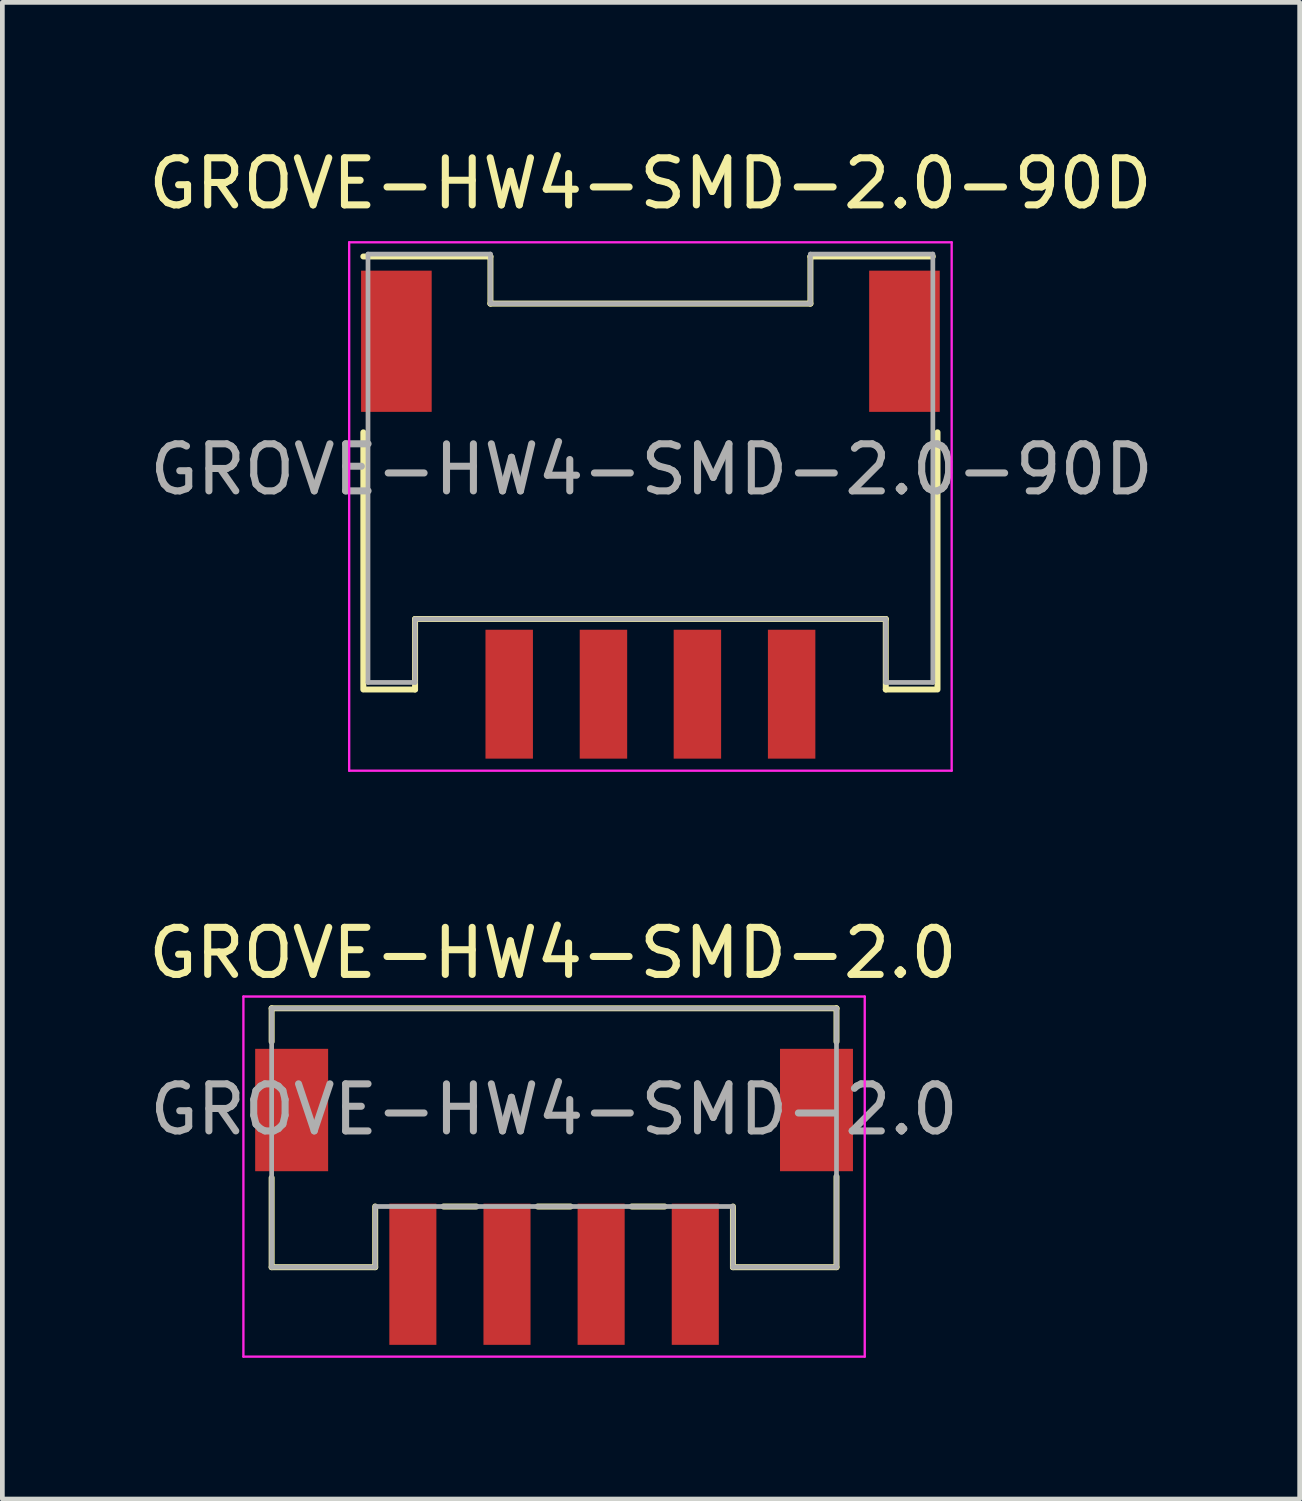
<source format=kicad_pcb>
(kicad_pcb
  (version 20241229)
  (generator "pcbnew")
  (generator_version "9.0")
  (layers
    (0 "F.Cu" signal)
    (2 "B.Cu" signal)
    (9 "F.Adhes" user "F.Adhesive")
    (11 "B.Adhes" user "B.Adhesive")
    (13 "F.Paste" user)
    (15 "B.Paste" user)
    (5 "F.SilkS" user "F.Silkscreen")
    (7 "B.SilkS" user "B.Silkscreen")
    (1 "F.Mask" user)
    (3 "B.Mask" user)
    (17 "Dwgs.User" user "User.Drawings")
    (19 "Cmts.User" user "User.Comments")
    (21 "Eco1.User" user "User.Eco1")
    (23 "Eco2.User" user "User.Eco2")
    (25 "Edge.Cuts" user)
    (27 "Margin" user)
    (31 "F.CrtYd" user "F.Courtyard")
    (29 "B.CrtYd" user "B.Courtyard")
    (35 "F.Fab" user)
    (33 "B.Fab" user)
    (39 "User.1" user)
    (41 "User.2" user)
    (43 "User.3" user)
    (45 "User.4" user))
  (footprint "GROVE-HW4-SMD-2.0-90D"
    (layer "F.Cu")
    (at 10.768 6.898)
    (property "Reference" "GROVE-HW4-SMD-2.0-90D" (at 0 -6.05 0) (layer "F.SilkS") (effects (font (size 1 1) (thickness 0.15))))
    (attr smd)
    (fp_line (start -6.099 -4.499) (end -3.399 -4.499) (stroke (width 0.127) (type solid)) (layer "F.SilkS"))
    (fp_line (start -6.099 -0.763) (end -6.099 4.701) (stroke (width 0.127) (type solid)) (layer "F.SilkS"))
    (fp_line (start -6.053 4.7) (end -5 4.7) (stroke (width 0.127) (type solid)) (layer "F.SilkS"))
    (fp_line (start -5 3.202) (end -5 4.7) (stroke (width 0.127) (type solid)) (layer "F.SilkS"))
    (fp_line (start -5 3.202) (end 5 3.202) (stroke (width 0.127) (type solid)) (layer "F.SilkS"))
    (fp_line (start -3.399 -4.499) (end -3.399 -3.498) (stroke (width 0.127) (type solid)) (layer "F.SilkS"))
    (fp_line (start -3.399 -3.498) (end 3.399 -3.498) (stroke (width 0.127) (type solid)) (layer "F.SilkS"))
    (fp_line (start 3.399 -4.499) (end 5.999 -4.499) (stroke (width 0.127) (type solid)) (layer "F.SilkS"))
    (fp_line (start 3.399 -3.498) (end 3.399 -4.499) (stroke (width 0.127) (type solid)) (layer "F.SilkS"))
    (fp_line (start 5 3.202) (end 5 4.7) (stroke (width 0.127) (type solid)) (layer "F.SilkS"))
    (fp_line (start 6.054 4.7) (end 5 4.7) (stroke (width 0.127) (type solid)) (layer "F.SilkS"))
    (fp_line (start 6.099 -0.763) (end 6.099 4.7) (stroke (width 0.127) (type solid)) (layer "F.SilkS"))
    (fp_line (start -6.4 -4.8) (end 6.4 -4.8) (stroke (width 0.05) (type solid)) (layer "F.CrtYd"))
    (fp_line (start -6.4 6.425) (end -6.4 -4.8) (stroke (width 0.05) (type solid)) (layer "F.CrtYd"))
    (fp_line (start 6.4 -4.8) (end 6.4 6.425) (stroke (width 0.05) (type solid)) (layer "F.CrtYd"))
    (fp_line (start 6.4 6.425) (end -6.4 6.425) (stroke (width 0.05) (type solid)) (layer "F.CrtYd"))
    (fp_line (start -6 -4.55) (end -3.399 -4.55) (stroke (width 0.1) (type solid)) (layer "F.Fab"))
    (fp_line (start -6 4.55) (end -6 -4.55) (stroke (width 0.1) (type solid)) (layer "F.Fab"))
    (fp_line (start -6 4.55) (end -5 4.55) (stroke (width 0.1) (type solid)) (layer "F.Fab"))
    (fp_line (start -5 3.202) (end 5 3.202) (stroke (width 0.1) (type solid)) (layer "F.Fab"))
    (fp_line (start -5 4.55) (end -5 3.202) (stroke (width 0.1) (type solid)) (layer "F.Fab"))
    (fp_line (start -3.399 -4.55) (end -3.399 -3.498) (stroke (width 0.1) (type solid)) (layer "F.Fab"))
    (fp_line (start -3.399 -3.498) (end 3.399 -3.498) (stroke (width 0.1) (type solid)) (layer "F.Fab"))
    (fp_line (start 3.399 -4.55) (end 6 -4.55) (stroke (width 0.1) (type solid)) (layer "F.Fab"))
    (fp_line (start 3.399 -3.498) (end 3.399 -4.55) (stroke (width 0.1) (type solid)) (layer "F.Fab"))
    (fp_line (start 4.999 3.202) (end 4.999 4.55) (stroke (width 0.1) (type solid)) (layer "F.Fab"))
    (fp_line (start 4.999 4.55) (end 6 4.55) (stroke (width 0.1) (type solid)) (layer "F.Fab"))
    (fp_line (start 6 4.55) (end 6 -4.55) (stroke (width 0.1) (type solid)) (layer "F.Fab"))
    (fp_text user "${REFERENCE}" (at 0.025 0.026 0) (layer "F.Fab") (effects (font (size 1 1) (thickness 0.15))))
    (pad "1" smd rect (at -3 4.8 90) (size 2.738 1.008) (layers "F.Cu" "F.Mask" "F.Paste"))
    (pad "2" smd rect (at -0.998 4.8 90) (size 2.738 1.008) (layers "F.Cu" "F.Mask" "F.Paste"))
    (pad "3" smd rect (at 0.998 4.8 90) (size 2.738 1.008) (layers "F.Cu" "F.Mask" "F.Paste"))
    (pad "4" smd rect (at 3 4.8 90) (size 2.738 1.008) (layers "F.Cu" "F.Mask" "F.Paste"))
    (pad "SH" smd rect (at -5.397 -2.698 90) (size 3 1.5) (layers "F.Cu" "F.Mask" "F.Paste"))
    (pad "SH" smd rect (at 5.397 -2.698 90) (size 3 1.5) (layers "F.Cu" "F.Mask" "F.Paste")))
  (footprint "GROVE-HW4-SMD-2.0"
    (layer "F.Cu")
    (at 8.721 20.521)
    (property "Reference" "GROVE-HW4-SMD-2.0" (at -0.025 -3.325 0) (layer "F.SilkS") (effects (font (size 1 1) (thickness 0.15))))
    (attr smd)
    (fp_line (start -6 -2.15) (end -6 -1.44) (stroke (width 0.127) (type solid)) (layer "F.SilkS"))
    (fp_line (start -6 -2.15) (end 6 -2.15) (stroke (width 0.127) (type solid)) (layer "F.SilkS"))
    (fp_line (start -6 1.45) (end -6 3.35) (stroke (width 0.127) (type solid)) (layer "F.SilkS"))
    (fp_line (start -6 3.35) (end -3.8 3.35) (stroke (width 0.127) (type solid)) (layer "F.SilkS"))
    (fp_line (start -3.8 3.35) (end -3.8 2.06) (stroke (width 0.127) (type solid)) (layer "F.SilkS"))
    (fp_line (start -2.349 2.061) (end -1.65 2.061) (stroke (width 0.127) (type solid)) (layer "F.SilkS"))
    (fp_line (start -0.348 2.061) (end 0.35 2.061) (stroke (width 0.127) (type solid)) (layer "F.SilkS"))
    (fp_line (start 1.649 2.061) (end 2.35 2.061) (stroke (width 0.127) (type solid)) (layer "F.SilkS"))
    (fp_line (start 3.8 2.061) (end 3.8 3.35) (stroke (width 0.127) (type solid)) (layer "F.SilkS"))
    (fp_line (start 3.8 3.35) (end 6 3.35) (stroke (width 0.127) (type solid)) (layer "F.SilkS"))
    (fp_line (start 6 -2.15) (end 6 -1.44) (stroke (width 0.127) (type solid)) (layer "F.SilkS"))
    (fp_line (start 6 1.425) (end 6 3.35) (stroke (width 0.127) (type solid)) (layer "F.SilkS"))
    (fp_line (start -6.6 -2.4) (end -6.6 5.25) (stroke (width 0.05) (type solid)) (layer "F.CrtYd"))
    (fp_line (start -6.6 5.25) (end 6.6 5.25) (stroke (width 0.05) (type solid)) (layer "F.CrtYd"))
    (fp_line (start 6.6 -2.4) (end -6.6 -2.4) (stroke (width 0.05) (type solid)) (layer "F.CrtYd"))
    (fp_line (start 6.6 5.25) (end 6.6 -2.4) (stroke (width 0.05) (type solid)) (layer "F.CrtYd"))
    (fp_line (start -6 -2.15) (end -6 3.35) (stroke (width 0.1) (type solid)) (layer "F.Fab"))
    (fp_line (start -6 -2.15) (end 6 -2.15) (stroke (width 0.1) (type solid)) (layer "F.Fab"))
    (fp_line (start -6 3.35) (end -3.8 3.35) (stroke (width 0.1) (type solid)) (layer "F.Fab"))
    (fp_line (start -3.8 2.061) (end 3.8 2.061) (stroke (width 0.1) (type solid)) (layer "F.Fab"))
    (fp_line (start -3.8 3.35) (end -3.8 2.06) (stroke (width 0.1) (type solid)) (layer "F.Fab"))
    (fp_line (start 3.8 2.061) (end 3.8 3.35) (stroke (width 0.1) (type solid)) (layer "F.Fab"))
    (fp_line (start 3.8 3.35) (end 6 3.35) (stroke (width 0.1) (type solid)) (layer "F.Fab"))
    (fp_line (start 6 -2.15) (end 6 3.35) (stroke (width 0.1) (type solid)) (layer "F.Fab"))
    (fp_text user "${REFERENCE}" (at 0 0 0) (layer "F.Fab") (effects (font (size 1 1) (thickness 0.15))))
    (pad "1" smd rect (at -3 3.5 90) (size 3 1) (layers "F.Cu" "F.Mask" "F.Paste"))
    (pad "2" smd rect (at -1 3.5 90) (size 3 1) (layers "F.Cu" "F.Mask" "F.Paste"))
    (pad "3" smd rect (at 1 3.5 90) (size 3 1) (layers "F.Cu" "F.Mask" "F.Paste"))
    (pad "4" smd rect (at 3 3.5 90) (size 3 1) (layers "F.Cu" "F.Mask" "F.Paste"))
    (pad "SH" smd rect (at -5.575 0.011 90) (size 2.6 1.55) (layers "F.Cu" "F.Mask" "F.Paste"))
    (pad "SH" smd rect (at 5.575 0.011 90) (size 2.6 1.55) (layers "F.Cu" "F.Mask" "F.Paste")))
  (gr_rect
    (start -3 -3)
    (end 24.561 28.797)
    (stroke (width 0.1) (type default))
    (fill no)
    (layer "Edge.Cuts")))
</source>
